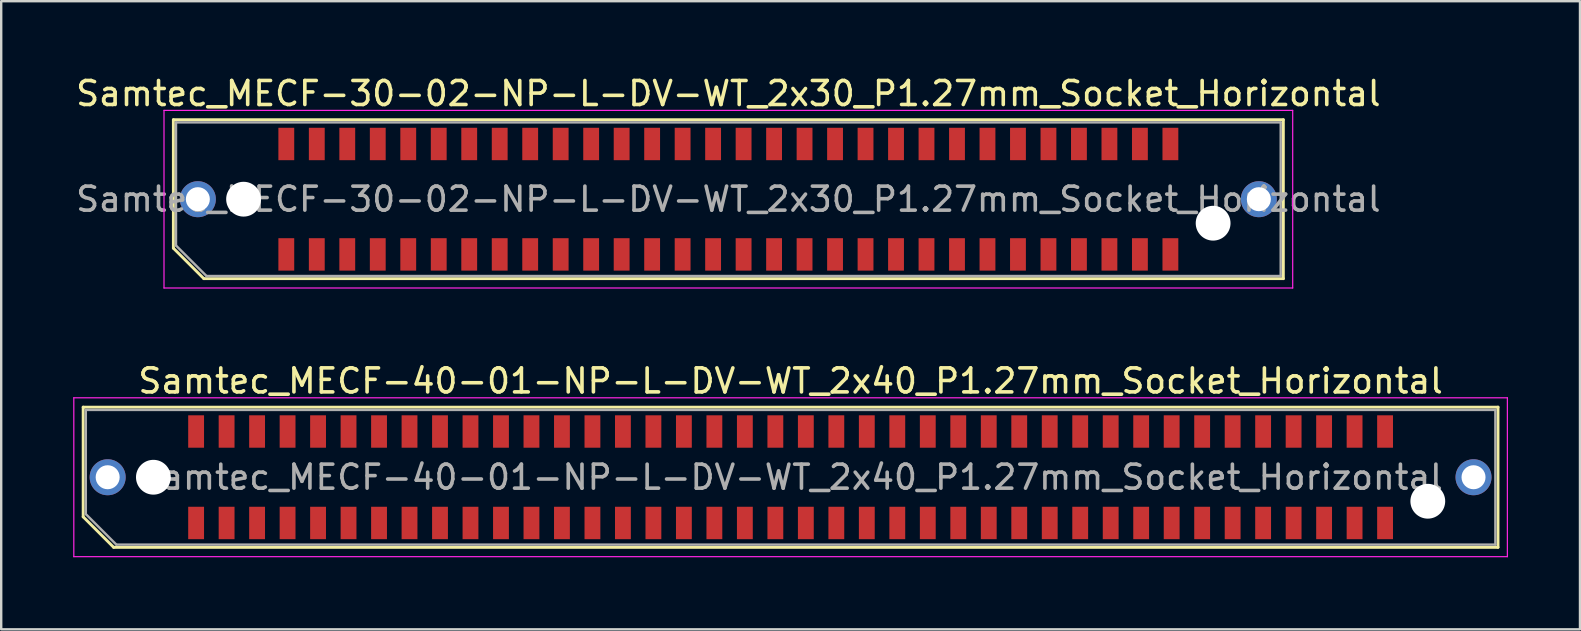
<source format=kicad_pcb>
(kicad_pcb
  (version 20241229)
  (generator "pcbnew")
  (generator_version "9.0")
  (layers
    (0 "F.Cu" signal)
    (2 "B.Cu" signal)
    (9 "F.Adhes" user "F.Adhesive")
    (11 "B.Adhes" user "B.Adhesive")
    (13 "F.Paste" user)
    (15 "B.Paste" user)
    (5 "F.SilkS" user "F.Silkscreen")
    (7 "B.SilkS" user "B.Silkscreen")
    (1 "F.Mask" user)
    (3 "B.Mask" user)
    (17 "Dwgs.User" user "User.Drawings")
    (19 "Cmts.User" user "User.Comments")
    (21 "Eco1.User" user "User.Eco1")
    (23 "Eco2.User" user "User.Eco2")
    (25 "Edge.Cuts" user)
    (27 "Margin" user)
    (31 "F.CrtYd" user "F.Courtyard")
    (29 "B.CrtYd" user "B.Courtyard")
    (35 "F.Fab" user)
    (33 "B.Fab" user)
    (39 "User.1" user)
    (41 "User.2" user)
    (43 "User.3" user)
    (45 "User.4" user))
  (footprint "Samtec_MECF-30-02-NP-L-DV-WT_2x30_P1.27mm_Socket_Horizontal"
    (layer "F.Cu")
    (at 27.292 5.248)
    (property "Reference" "Samtec_MECF-30-02-NP-L-DV-WT_2x30_P1.27mm_Socket_Horizontal" (at 0 -4.4 0) (layer "F.SilkS") (effects (font (size 1 1) (thickness 0.15))))
    (attr smd)
    (fp_line (start -23.12 -3.31) (end 23.12 -3.31) (stroke (width 0.12) (type solid)) (layer "F.SilkS"))
    (fp_line (start -23.12 2.04) (end -23.12 -3.31) (stroke (width 0.12) (type solid)) (layer "F.SilkS"))
    (fp_line (start -21.85 3.31) (end -23.12 2.04) (stroke (width 0.12) (type solid)) (layer "F.SilkS"))
    (fp_line (start -21.85 3.31) (end 23.12 3.31) (stroke (width 0.12) (type solid)) (layer "F.SilkS"))
    (fp_line (start 23.12 3.31) (end 23.12 -3.31) (stroke (width 0.12) (type solid)) (layer "F.SilkS"))
    (fp_line (start -23.51 -3.7) (end -23.51 3.7) (stroke (width 0.05) (type solid)) (layer "F.CrtYd"))
    (fp_line (start -23.51 3.7) (end 23.51 3.7) (stroke (width 0.05) (type solid)) (layer "F.CrtYd"))
    (fp_line (start 23.51 -3.7) (end -23.51 -3.7) (stroke (width 0.05) (type solid)) (layer "F.CrtYd"))
    (fp_line (start 23.51 3.7) (end 23.51 -3.7) (stroke (width 0.05) (type solid)) (layer "F.CrtYd"))
    (fp_line (start -23.01 -3.2) (end 23.01 -3.2) (stroke (width 0.1) (type solid)) (layer "F.Fab"))
    (fp_line (start -23.01 1.93) (end -23.01 -3.2) (stroke (width 0.1) (type solid)) (layer "F.Fab"))
    (fp_line (start -23.01 1.93) (end -21.74 3.2) (stroke (width 0.1) (type solid)) (layer "F.Fab"))
    (fp_line (start -21.74 3.2) (end 23.01 3.2) (stroke (width 0.1) (type solid)) (layer "F.Fab"))
    (fp_line (start 23.01 3.2) (end 23.01 -3.2) (stroke (width 0.1) (type solid)) (layer "F.Fab"))
    (fp_text user "${REFERENCE}" (at 0 0 0) (layer "F.Fab") (effects (font (size 1 1) (thickness 0.15))))
    (pad "" thru_hole circle (at -22.1 0) (size 1.5 1.5) (drill 1) (layers "*.Cu" "*.Mask"))
    (pad "" np_thru_hole circle (at -20.195 0) (size 1.45 1.45) (drill 1.45) (layers "*.Cu" "*.Mask"))
    (pad "" np_thru_hole circle (at 20.195 1) (size 1.45 1.45) (drill 1.45) (layers "*.Cu" "*.Mask"))
    (pad "" thru_hole circle (at 22.1 0) (size 1.5 1.5) (drill 1) (layers "*.Cu" "*.Mask"))
    (pad "1" smd rect (at -18.415 2.3) (size 0.66 1.35) (layers "F.Cu" "F.Mask" "F.Paste"))
    (pad "2" smd rect (at -18.415 -2.3) (size 0.66 1.35) (layers "F.Cu" "F.Mask" "F.Paste"))
    (pad "3" smd rect (at -17.145 2.3) (size 0.66 1.35) (layers "F.Cu" "F.Mask" "F.Paste"))
    (pad "4" smd rect (at -17.145 -2.3) (size 0.66 1.35) (layers "F.Cu" "F.Mask" "F.Paste"))
    (pad "5" smd rect (at -15.875 2.3) (size 0.66 1.35) (layers "F.Cu" "F.Mask" "F.Paste"))
    (pad "6" smd rect (at -15.875 -2.3) (size 0.66 1.35) (layers "F.Cu" "F.Mask" "F.Paste"))
    (pad "7" smd rect (at -14.605 2.3) (size 0.66 1.35) (layers "F.Cu" "F.Mask" "F.Paste"))
    (pad "8" smd rect (at -14.605 -2.3) (size 0.66 1.35) (layers "F.Cu" "F.Mask" "F.Paste"))
    (pad "9" smd rect (at -13.335 2.3) (size 0.66 1.35) (layers "F.Cu" "F.Mask" "F.Paste"))
    (pad "10" smd rect (at -13.335 -2.3) (size 0.66 1.35) (layers "F.Cu" "F.Mask" "F.Paste"))
    (pad "11" smd rect (at -12.065 2.3) (size 0.66 1.35) (layers "F.Cu" "F.Mask" "F.Paste"))
    (pad "12" smd rect (at -12.065 -2.3) (size 0.66 1.35) (layers "F.Cu" "F.Mask" "F.Paste"))
    (pad "13" smd rect (at -10.795 2.3) (size 0.66 1.35) (layers "F.Cu" "F.Mask" "F.Paste"))
    (pad "14" smd rect (at -10.795 -2.3) (size 0.66 1.35) (layers "F.Cu" "F.Mask" "F.Paste"))
    (pad "15" smd rect (at -9.525 2.3) (size 0.66 1.35) (layers "F.Cu" "F.Mask" "F.Paste"))
    (pad "16" smd rect (at -9.525 -2.3) (size 0.66 1.35) (layers "F.Cu" "F.Mask" "F.Paste"))
    (pad "17" smd rect (at -8.255 2.3) (size 0.66 1.35) (layers "F.Cu" "F.Mask" "F.Paste"))
    (pad "18" smd rect (at -8.255 -2.3) (size 0.66 1.35) (layers "F.Cu" "F.Mask" "F.Paste"))
    (pad "19" smd rect (at -6.985 2.3) (size 0.66 1.35) (layers "F.Cu" "F.Mask" "F.Paste"))
    (pad "20" smd rect (at -6.985 -2.3) (size 0.66 1.35) (layers "F.Cu" "F.Mask" "F.Paste"))
    (pad "21" smd rect (at -5.715 2.3) (size 0.66 1.35) (layers "F.Cu" "F.Mask" "F.Paste"))
    (pad "22" smd rect (at -5.715 -2.3) (size 0.66 1.35) (layers "F.Cu" "F.Mask" "F.Paste"))
    (pad "23" smd rect (at -4.445 2.3) (size 0.66 1.35) (layers "F.Cu" "F.Mask" "F.Paste"))
    (pad "24" smd rect (at -4.445 -2.3) (size 0.66 1.35) (layers "F.Cu" "F.Mask" "F.Paste"))
    (pad "25" smd rect (at -3.175 2.3) (size 0.66 1.35) (layers "F.Cu" "F.Mask" "F.Paste"))
    (pad "26" smd rect (at -3.175 -2.3) (size 0.66 1.35) (layers "F.Cu" "F.Mask" "F.Paste"))
    (pad "27" smd rect (at -1.905 2.3) (size 0.66 1.35) (layers "F.Cu" "F.Mask" "F.Paste"))
    (pad "28" smd rect (at -1.905 -2.3) (size 0.66 1.35) (layers "F.Cu" "F.Mask" "F.Paste"))
    (pad "29" smd rect (at -0.635 2.3) (size 0.66 1.35) (layers "F.Cu" "F.Mask" "F.Paste"))
    (pad "30" smd rect (at -0.635 -2.3) (size 0.66 1.35) (layers "F.Cu" "F.Mask" "F.Paste"))
    (pad "31" smd rect (at 0.635 2.3) (size 0.66 1.35) (layers "F.Cu" "F.Mask" "F.Paste"))
    (pad "32" smd rect (at 0.635 -2.3) (size 0.66 1.35) (layers "F.Cu" "F.Mask" "F.Paste"))
    (pad "33" smd rect (at 1.905 2.3) (size 0.66 1.35) (layers "F.Cu" "F.Mask" "F.Paste"))
    (pad "34" smd rect (at 1.905 -2.3) (size 0.66 1.35) (layers "F.Cu" "F.Mask" "F.Paste"))
    (pad "35" smd rect (at 3.175 2.3) (size 0.66 1.35) (layers "F.Cu" "F.Mask" "F.Paste"))
    (pad "36" smd rect (at 3.175 -2.3) (size 0.66 1.35) (layers "F.Cu" "F.Mask" "F.Paste"))
    (pad "37" smd rect (at 4.445 2.3) (size 0.66 1.35) (layers "F.Cu" "F.Mask" "F.Paste"))
    (pad "38" smd rect (at 4.445 -2.3) (size 0.66 1.35) (layers "F.Cu" "F.Mask" "F.Paste"))
    (pad "39" smd rect (at 5.715 2.3) (size 0.66 1.35) (layers "F.Cu" "F.Mask" "F.Paste"))
    (pad "40" smd rect (at 5.715 -2.3) (size 0.66 1.35) (layers "F.Cu" "F.Mask" "F.Paste"))
    (pad "41" smd rect (at 6.985 2.3) (size 0.66 1.35) (layers "F.Cu" "F.Mask" "F.Paste"))
    (pad "42" smd rect (at 6.985 -2.3) (size 0.66 1.35) (layers "F.Cu" "F.Mask" "F.Paste"))
    (pad "43" smd rect (at 8.255 2.3) (size 0.66 1.35) (layers "F.Cu" "F.Mask" "F.Paste"))
    (pad "44" smd rect (at 8.255 -2.3) (size 0.66 1.35) (layers "F.Cu" "F.Mask" "F.Paste"))
    (pad "45" smd rect (at 9.525 2.3) (size 0.66 1.35) (layers "F.Cu" "F.Mask" "F.Paste"))
    (pad "46" smd rect (at 9.525 -2.3) (size 0.66 1.35) (layers "F.Cu" "F.Mask" "F.Paste"))
    (pad "47" smd rect (at 10.795 2.3) (size 0.66 1.35) (layers "F.Cu" "F.Mask" "F.Paste"))
    (pad "48" smd rect (at 10.795 -2.3) (size 0.66 1.35) (layers "F.Cu" "F.Mask" "F.Paste"))
    (pad "49" smd rect (at 12.065 2.3) (size 0.66 1.35) (layers "F.Cu" "F.Mask" "F.Paste"))
    (pad "50" smd rect (at 12.065 -2.3) (size 0.66 1.35) (layers "F.Cu" "F.Mask" "F.Paste"))
    (pad "51" smd rect (at 13.335 2.3) (size 0.66 1.35) (layers "F.Cu" "F.Mask" "F.Paste"))
    (pad "52" smd rect (at 13.335 -2.3) (size 0.66 1.35) (layers "F.Cu" "F.Mask" "F.Paste"))
    (pad "53" smd rect (at 14.605 2.3) (size 0.66 1.35) (layers "F.Cu" "F.Mask" "F.Paste"))
    (pad "54" smd rect (at 14.605 -2.3) (size 0.66 1.35) (layers "F.Cu" "F.Mask" "F.Paste"))
    (pad "55" smd rect (at 15.875 2.3) (size 0.66 1.35) (layers "F.Cu" "F.Mask" "F.Paste"))
    (pad "56" smd rect (at 15.875 -2.3) (size 0.66 1.35) (layers "F.Cu" "F.Mask" "F.Paste"))
    (pad "57" smd rect (at 17.145 2.3) (size 0.66 1.35) (layers "F.Cu" "F.Mask" "F.Paste"))
    (pad "58" smd rect (at 17.145 -2.3) (size 0.66 1.35) (layers "F.Cu" "F.Mask" "F.Paste"))
    (pad "59" smd rect (at 18.415 2.3) (size 0.66 1.35) (layers "F.Cu" "F.Mask" "F.Paste"))
    (pad "60" smd rect (at 18.415 -2.3) (size 0.66 1.35) (layers "F.Cu" "F.Mask" "F.Paste")))
  (footprint "Samtec_MECF-40-01-NP-L-DV-WT_2x40_P1.27mm_Socket_Horizontal"
    (layer "F.Cu")
    (at 29.885 16.831)
    (property "Reference" "Samtec_MECF-40-01-NP-L-DV-WT_2x40_P1.27mm_Socket_Horizontal" (at 0 -4.01 0) (layer "F.SilkS") (effects (font (size 1 1) (thickness 0.15))))
    (attr smd)
    (fp_line (start -29.47 -2.92) (end 29.47 -2.92) (stroke (width 0.12) (type solid)) (layer "F.SilkS"))
    (fp_line (start -29.47 1.65) (end -29.47 -2.92) (stroke (width 0.12) (type solid)) (layer "F.SilkS"))
    (fp_line (start -28.2 2.92) (end -29.47 1.65) (stroke (width 0.12) (type solid)) (layer "F.SilkS"))
    (fp_line (start -28.2 2.92) (end 29.47 2.92) (stroke (width 0.12) (type solid)) (layer "F.SilkS"))
    (fp_line (start 29.47 2.92) (end 29.47 -2.92) (stroke (width 0.12) (type solid)) (layer "F.SilkS"))
    (fp_line (start -29.86 -3.31) (end -29.86 3.31) (stroke (width 0.05) (type solid)) (layer "F.CrtYd"))
    (fp_line (start -29.86 3.31) (end 29.86 3.31) (stroke (width 0.05) (type solid)) (layer "F.CrtYd"))
    (fp_line (start 29.86 -3.31) (end -29.86 -3.31) (stroke (width 0.05) (type solid)) (layer "F.CrtYd"))
    (fp_line (start 29.86 3.31) (end 29.86 -3.31) (stroke (width 0.05) (type solid)) (layer "F.CrtYd"))
    (fp_line (start -29.36 -2.805) (end 29.36 -2.805) (stroke (width 0.1) (type solid)) (layer "F.Fab"))
    (fp_line (start -29.36 1.535) (end -29.36 -2.805) (stroke (width 0.1) (type solid)) (layer "F.Fab"))
    (fp_line (start -29.36 1.535) (end -28.09 2.805) (stroke (width 0.1) (type solid)) (layer "F.Fab"))
    (fp_line (start -28.09 2.805) (end 29.36 2.805) (stroke (width 0.1) (type solid)) (layer "F.Fab"))
    (fp_line (start 29.36 2.805) (end 29.36 -2.805) (stroke (width 0.1) (type solid)) (layer "F.Fab"))
    (fp_text user "${REFERENCE}" (at 0 0 0) (layer "F.Fab") (effects (font (size 1 1) (thickness 0.15))))
    (pad "" thru_hole circle (at -28.45 0) (size 1.5 1.5) (drill 1) (layers "*.Cu" "*.Mask"))
    (pad "" np_thru_hole circle (at -26.545 0) (size 1.45 1.45) (drill 1.45) (layers "*.Cu" "*.Mask"))
    (pad "" np_thru_hole circle (at 26.545 1) (size 1.45 1.45) (drill 1.45) (layers "*.Cu" "*.Mask"))
    (pad "" thru_hole circle (at 28.45 0) (size 1.5 1.5) (drill 1) (layers "*.Cu" "*.Mask"))
    (pad "1" smd rect (at -24.765 1.905) (size 0.66 1.35) (layers "F.Cu" "F.Mask" "F.Paste"))
    (pad "2" smd rect (at -24.765 -1.905) (size 0.66 1.35) (layers "F.Cu" "F.Mask" "F.Paste"))
    (pad "3" smd rect (at -23.495 1.905) (size 0.66 1.35) (layers "F.Cu" "F.Mask" "F.Paste"))
    (pad "4" smd rect (at -23.495 -1.905) (size 0.66 1.35) (layers "F.Cu" "F.Mask" "F.Paste"))
    (pad "5" smd rect (at -22.225 1.905) (size 0.66 1.35) (layers "F.Cu" "F.Mask" "F.Paste"))
    (pad "6" smd rect (at -22.225 -1.905) (size 0.66 1.35) (layers "F.Cu" "F.Mask" "F.Paste"))
    (pad "7" smd rect (at -20.955 1.905) (size 0.66 1.35) (layers "F.Cu" "F.Mask" "F.Paste"))
    (pad "8" smd rect (at -20.955 -1.905) (size 0.66 1.35) (layers "F.Cu" "F.Mask" "F.Paste"))
    (pad "9" smd rect (at -19.685 1.905) (size 0.66 1.35) (layers "F.Cu" "F.Mask" "F.Paste"))
    (pad "10" smd rect (at -19.685 -1.905) (size 0.66 1.35) (layers "F.Cu" "F.Mask" "F.Paste"))
    (pad "11" smd rect (at -18.415 1.905) (size 0.66 1.35) (layers "F.Cu" "F.Mask" "F.Paste"))
    (pad "12" smd rect (at -18.415 -1.905) (size 0.66 1.35) (layers "F.Cu" "F.Mask" "F.Paste"))
    (pad "13" smd rect (at -17.145 1.905) (size 0.66 1.35) (layers "F.Cu" "F.Mask" "F.Paste"))
    (pad "14" smd rect (at -17.145 -1.905) (size 0.66 1.35) (layers "F.Cu" "F.Mask" "F.Paste"))
    (pad "15" smd rect (at -15.875 1.905) (size 0.66 1.35) (layers "F.Cu" "F.Mask" "F.Paste"))
    (pad "16" smd rect (at -15.875 -1.905) (size 0.66 1.35) (layers "F.Cu" "F.Mask" "F.Paste"))
    (pad "17" smd rect (at -14.605 1.905) (size 0.66 1.35) (layers "F.Cu" "F.Mask" "F.Paste"))
    (pad "18" smd rect (at -14.605 -1.905) (size 0.66 1.35) (layers "F.Cu" "F.Mask" "F.Paste"))
    (pad "19" smd rect (at -13.335 1.905) (size 0.66 1.35) (layers "F.Cu" "F.Mask" "F.Paste"))
    (pad "20" smd rect (at -13.335 -1.905) (size 0.66 1.35) (layers "F.Cu" "F.Mask" "F.Paste"))
    (pad "21" smd rect (at -12.065 1.905) (size 0.66 1.35) (layers "F.Cu" "F.Mask" "F.Paste"))
    (pad "22" smd rect (at -12.065 -1.905) (size 0.66 1.35) (layers "F.Cu" "F.Mask" "F.Paste"))
    (pad "23" smd rect (at -10.795 1.905) (size 0.66 1.35) (layers "F.Cu" "F.Mask" "F.Paste"))
    (pad "24" smd rect (at -10.795 -1.905) (size 0.66 1.35) (layers "F.Cu" "F.Mask" "F.Paste"))
    (pad "25" smd rect (at -9.525 1.905) (size 0.66 1.35) (layers "F.Cu" "F.Mask" "F.Paste"))
    (pad "26" smd rect (at -9.525 -1.905) (size 0.66 1.35) (layers "F.Cu" "F.Mask" "F.Paste"))
    (pad "27" smd rect (at -8.255 1.905) (size 0.66 1.35) (layers "F.Cu" "F.Mask" "F.Paste"))
    (pad "28" smd rect (at -8.255 -1.905) (size 0.66 1.35) (layers "F.Cu" "F.Mask" "F.Paste"))
    (pad "29" smd rect (at -6.985 1.905) (size 0.66 1.35) (layers "F.Cu" "F.Mask" "F.Paste"))
    (pad "30" smd rect (at -6.985 -1.905) (size 0.66 1.35) (layers "F.Cu" "F.Mask" "F.Paste"))
    (pad "31" smd rect (at -5.715 1.905) (size 0.66 1.35) (layers "F.Cu" "F.Mask" "F.Paste"))
    (pad "32" smd rect (at -5.715 -1.905) (size 0.66 1.35) (layers "F.Cu" "F.Mask" "F.Paste"))
    (pad "33" smd rect (at -4.445 1.905) (size 0.66 1.35) (layers "F.Cu" "F.Mask" "F.Paste"))
    (pad "34" smd rect (at -4.445 -1.905) (size 0.66 1.35) (layers "F.Cu" "F.Mask" "F.Paste"))
    (pad "35" smd rect (at -3.175 1.905) (size 0.66 1.35) (layers "F.Cu" "F.Mask" "F.Paste"))
    (pad "36" smd rect (at -3.175 -1.905) (size 0.66 1.35) (layers "F.Cu" "F.Mask" "F.Paste"))
    (pad "37" smd rect (at -1.905 1.905) (size 0.66 1.35) (layers "F.Cu" "F.Mask" "F.Paste"))
    (pad "38" smd rect (at -1.905 -1.905) (size 0.66 1.35) (layers "F.Cu" "F.Mask" "F.Paste"))
    (pad "39" smd rect (at -0.635 1.905) (size 0.66 1.35) (layers "F.Cu" "F.Mask" "F.Paste"))
    (pad "40" smd rect (at -0.635 -1.905) (size 0.66 1.35) (layers "F.Cu" "F.Mask" "F.Paste"))
    (pad "41" smd rect (at 0.635 1.905) (size 0.66 1.35) (layers "F.Cu" "F.Mask" "F.Paste"))
    (pad "42" smd rect (at 0.635 -1.905) (size 0.66 1.35) (layers "F.Cu" "F.Mask" "F.Paste"))
    (pad "43" smd rect (at 1.905 1.905) (size 0.66 1.35) (layers "F.Cu" "F.Mask" "F.Paste"))
    (pad "44" smd rect (at 1.905 -1.905) (size 0.66 1.35) (layers "F.Cu" "F.Mask" "F.Paste"))
    (pad "45" smd rect (at 3.175 1.905) (size 0.66 1.35) (layers "F.Cu" "F.Mask" "F.Paste"))
    (pad "46" smd rect (at 3.175 -1.905) (size 0.66 1.35) (layers "F.Cu" "F.Mask" "F.Paste"))
    (pad "47" smd rect (at 4.445 1.905) (size 0.66 1.35) (layers "F.Cu" "F.Mask" "F.Paste"))
    (pad "48" smd rect (at 4.445 -1.905) (size 0.66 1.35) (layers "F.Cu" "F.Mask" "F.Paste"))
    (pad "49" smd rect (at 5.715 1.905) (size 0.66 1.35) (layers "F.Cu" "F.Mask" "F.Paste"))
    (pad "50" smd rect (at 5.715 -1.905) (size 0.66 1.35) (layers "F.Cu" "F.Mask" "F.Paste"))
    (pad "51" smd rect (at 6.985 1.905) (size 0.66 1.35) (layers "F.Cu" "F.Mask" "F.Paste"))
    (pad "52" smd rect (at 6.985 -1.905) (size 0.66 1.35) (layers "F.Cu" "F.Mask" "F.Paste"))
    (pad "53" smd rect (at 8.255 1.905) (size 0.66 1.35) (layers "F.Cu" "F.Mask" "F.Paste"))
    (pad "54" smd rect (at 8.255 -1.905) (size 0.66 1.35) (layers "F.Cu" "F.Mask" "F.Paste"))
    (pad "55" smd rect (at 9.525 1.905) (size 0.66 1.35) (layers "F.Cu" "F.Mask" "F.Paste"))
    (pad "56" smd rect (at 9.525 -1.905) (size 0.66 1.35) (layers "F.Cu" "F.Mask" "F.Paste"))
    (pad "57" smd rect (at 10.795 1.905) (size 0.66 1.35) (layers "F.Cu" "F.Mask" "F.Paste"))
    (pad "58" smd rect (at 10.795 -1.905) (size 0.66 1.35) (layers "F.Cu" "F.Mask" "F.Paste"))
    (pad "59" smd rect (at 12.065 1.905) (size 0.66 1.35) (layers "F.Cu" "F.Mask" "F.Paste"))
    (pad "60" smd rect (at 12.065 -1.905) (size 0.66 1.35) (layers "F.Cu" "F.Mask" "F.Paste"))
    (pad "61" smd rect (at 13.335 1.905) (size 0.66 1.35) (layers "F.Cu" "F.Mask" "F.Paste"))
    (pad "62" smd rect (at 13.335 -1.905) (size 0.66 1.35) (layers "F.Cu" "F.Mask" "F.Paste"))
    (pad "63" smd rect (at 14.605 1.905) (size 0.66 1.35) (layers "F.Cu" "F.Mask" "F.Paste"))
    (pad "64" smd rect (at 14.605 -1.905) (size 0.66 1.35) (layers "F.Cu" "F.Mask" "F.Paste"))
    (pad "65" smd rect (at 15.875 1.905) (size 0.66 1.35) (layers "F.Cu" "F.Mask" "F.Paste"))
    (pad "66" smd rect (at 15.875 -1.905) (size 0.66 1.35) (layers "F.Cu" "F.Mask" "F.Paste"))
    (pad "67" smd rect (at 17.145 1.905) (size 0.66 1.35) (layers "F.Cu" "F.Mask" "F.Paste"))
    (pad "68" smd rect (at 17.145 -1.905) (size 0.66 1.35) (layers "F.Cu" "F.Mask" "F.Paste"))
    (pad "69" smd rect (at 18.415 1.905) (size 0.66 1.35) (layers "F.Cu" "F.Mask" "F.Paste"))
    (pad "70" smd rect (at 18.415 -1.905) (size 0.66 1.35) (layers "F.Cu" "F.Mask" "F.Paste"))
    (pad "71" smd rect (at 19.685 1.905) (size 0.66 1.35) (layers "F.Cu" "F.Mask" "F.Paste"))
    (pad "72" smd rect (at 19.685 -1.905) (size 0.66 1.35) (layers "F.Cu" "F.Mask" "F.Paste"))
    (pad "73" smd rect (at 20.955 1.905) (size 0.66 1.35) (layers "F.Cu" "F.Mask" "F.Paste"))
    (pad "74" smd rect (at 20.955 -1.905) (size 0.66 1.35) (layers "F.Cu" "F.Mask" "F.Paste"))
    (pad "75" smd rect (at 22.225 1.905) (size 0.66 1.35) (layers "F.Cu" "F.Mask" "F.Paste"))
    (pad "76" smd rect (at 22.225 -1.905) (size 0.66 1.35) (layers "F.Cu" "F.Mask" "F.Paste"))
    (pad "77" smd rect (at 23.495 1.905) (size 0.66 1.35) (layers "F.Cu" "F.Mask" "F.Paste"))
    (pad "78" smd rect (at 23.495 -1.905) (size 0.66 1.35) (layers "F.Cu" "F.Mask" "F.Paste"))
    (pad "79" smd rect (at 24.765 1.905) (size 0.66 1.35) (layers "F.Cu" "F.Mask" "F.Paste"))
    (pad "80" smd rect (at 24.765 -1.905) (size 0.66 1.35) (layers "F.Cu" "F.Mask" "F.Paste")))
  (gr_rect
    (start -3 -3)
    (end 62.77 23.166)
    (stroke (width 0.1) (type default))
    (fill no)
    (layer "Edge.Cuts")))
</source>
